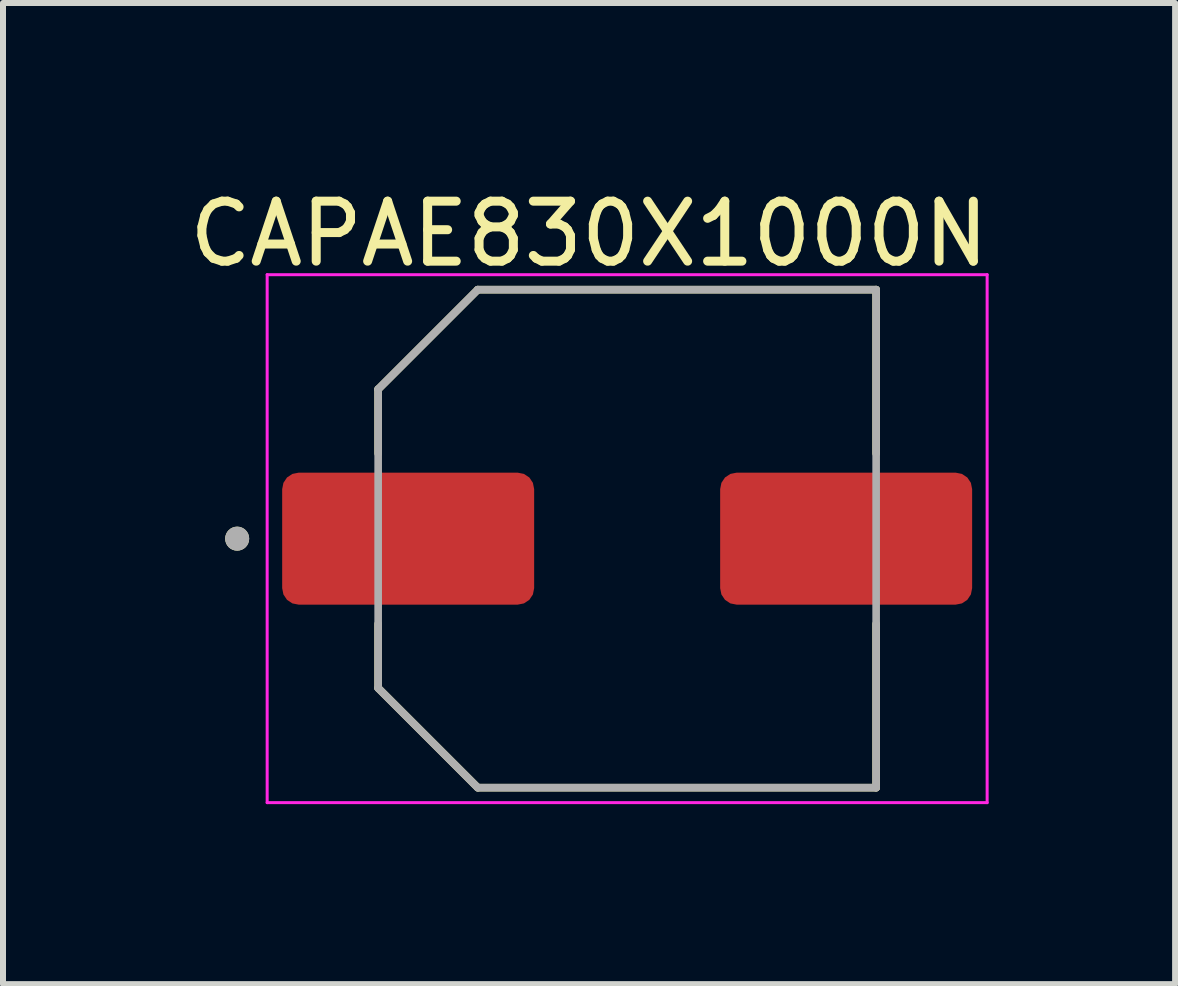
<source format=kicad_pcb>
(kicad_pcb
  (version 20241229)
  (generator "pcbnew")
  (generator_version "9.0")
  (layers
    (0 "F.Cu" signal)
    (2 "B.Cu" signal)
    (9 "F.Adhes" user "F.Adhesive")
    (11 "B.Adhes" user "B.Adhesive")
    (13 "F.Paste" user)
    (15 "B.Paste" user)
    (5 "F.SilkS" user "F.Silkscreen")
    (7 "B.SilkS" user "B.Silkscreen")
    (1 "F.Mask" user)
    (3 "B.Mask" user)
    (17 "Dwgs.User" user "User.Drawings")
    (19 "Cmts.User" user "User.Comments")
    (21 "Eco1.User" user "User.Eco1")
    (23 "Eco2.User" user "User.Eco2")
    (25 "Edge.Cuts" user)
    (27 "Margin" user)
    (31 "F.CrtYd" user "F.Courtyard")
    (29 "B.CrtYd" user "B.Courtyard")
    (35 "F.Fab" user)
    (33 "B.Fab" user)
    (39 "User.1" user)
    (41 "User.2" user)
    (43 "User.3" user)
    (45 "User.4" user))
  (footprint "CAPAE830X1000N"
    (layer "F.Cu")
    (at 7.403 5.928)
    (property "Reference" "CAPAE830X1000N" (at -0.635 -5.08 0) (layer "F.SilkS") (effects (font (size 1 1) (thickness 0.15))))
    (attr smd)
    (fp_line (start -4.15 -2.49) (end -2.49 -4.15) (stroke (width 0.127) (type solid)) (layer "F.SilkS"))
    (fp_line (start -4.15 -1.42) (end -4.15 -2.49) (stroke (width 0.127) (type solid)) (layer "F.SilkS"))
    (fp_line (start -4.15 2.49) (end -4.15 1.42) (stroke (width 0.127) (type solid)) (layer "F.SilkS"))
    (fp_line (start -2.49 -4.15) (end 4.15 -4.15) (stroke (width 0.127) (type solid)) (layer "F.SilkS"))
    (fp_line (start -2.49 4.15) (end -4.15 2.49) (stroke (width 0.127) (type solid)) (layer "F.SilkS"))
    (fp_line (start 4.15 -4.15) (end 4.15 -1.42) (stroke (width 0.127) (type solid)) (layer "F.SilkS"))
    (fp_line (start 4.15 4.15) (end -2.49 4.15) (stroke (width 0.127) (type solid)) (layer "F.SilkS"))
    (fp_line (start 4.15 4.15) (end 4.15 1.42) (stroke (width 0.127) (type solid)) (layer "F.SilkS"))
    (fp_circle (center -6.5 0) (end -6.4 0) (stroke (width 0.2) (type solid)) (fill no) (layer "F.SilkS"))
    (fp_line (start -6 -4.4) (end -6 4.4) (stroke (width 0.05) (type solid)) (layer "F.CrtYd"))
    (fp_line (start -6 4.4) (end 6 4.4) (stroke (width 0.05) (type solid)) (layer "F.CrtYd"))
    (fp_line (start 6 -4.4) (end -6 -4.4) (stroke (width 0.05) (type solid)) (layer "F.CrtYd"))
    (fp_line (start 6 4.4) (end 6 -4.4) (stroke (width 0.05) (type solid)) (layer "F.CrtYd"))
    (fp_line (start -4.15 -2.49) (end -2.49 -4.15) (stroke (width 0.127) (type solid)) (layer "F.Fab"))
    (fp_line (start -4.15 2.49) (end -4.15 -2.49) (stroke (width 0.127) (type solid)) (layer "F.Fab"))
    (fp_line (start -2.49 -4.15) (end 4.15 -4.15) (stroke (width 0.127) (type solid)) (layer "F.Fab"))
    (fp_line (start -2.49 4.15) (end -4.15 2.49) (stroke (width 0.127) (type solid)) (layer "F.Fab"))
    (fp_line (start 4.15 -4.15) (end 4.15 4.15) (stroke (width 0.127) (type solid)) (layer "F.Fab"))
    (fp_line (start 4.15 4.15) (end -2.49 4.15) (stroke (width 0.127) (type solid)) (layer "F.Fab"))
    (fp_circle (center -6.5 0) (end -6.4 0) (stroke (width 0.2) (type solid)) (fill no) (layer "F.Fab"))
    (pad "1" smd roundrect (at -3.65 0) (size 4.2 2.2) (layers "F.Cu" "F.Mask" "F.Paste") (roundrect_rratio 0.125))
    (pad "2" smd roundrect (at 3.65 0) (size 4.2 2.2) (layers "F.Cu" "F.Mask" "F.Paste") (roundrect_rratio 0.125)))
  (gr_rect
    (start -3 -3)
    (end 16.536 13.353)
    (stroke (width 0.1) (type default))
    (fill no)
    (layer "Edge.Cuts")))
</source>
